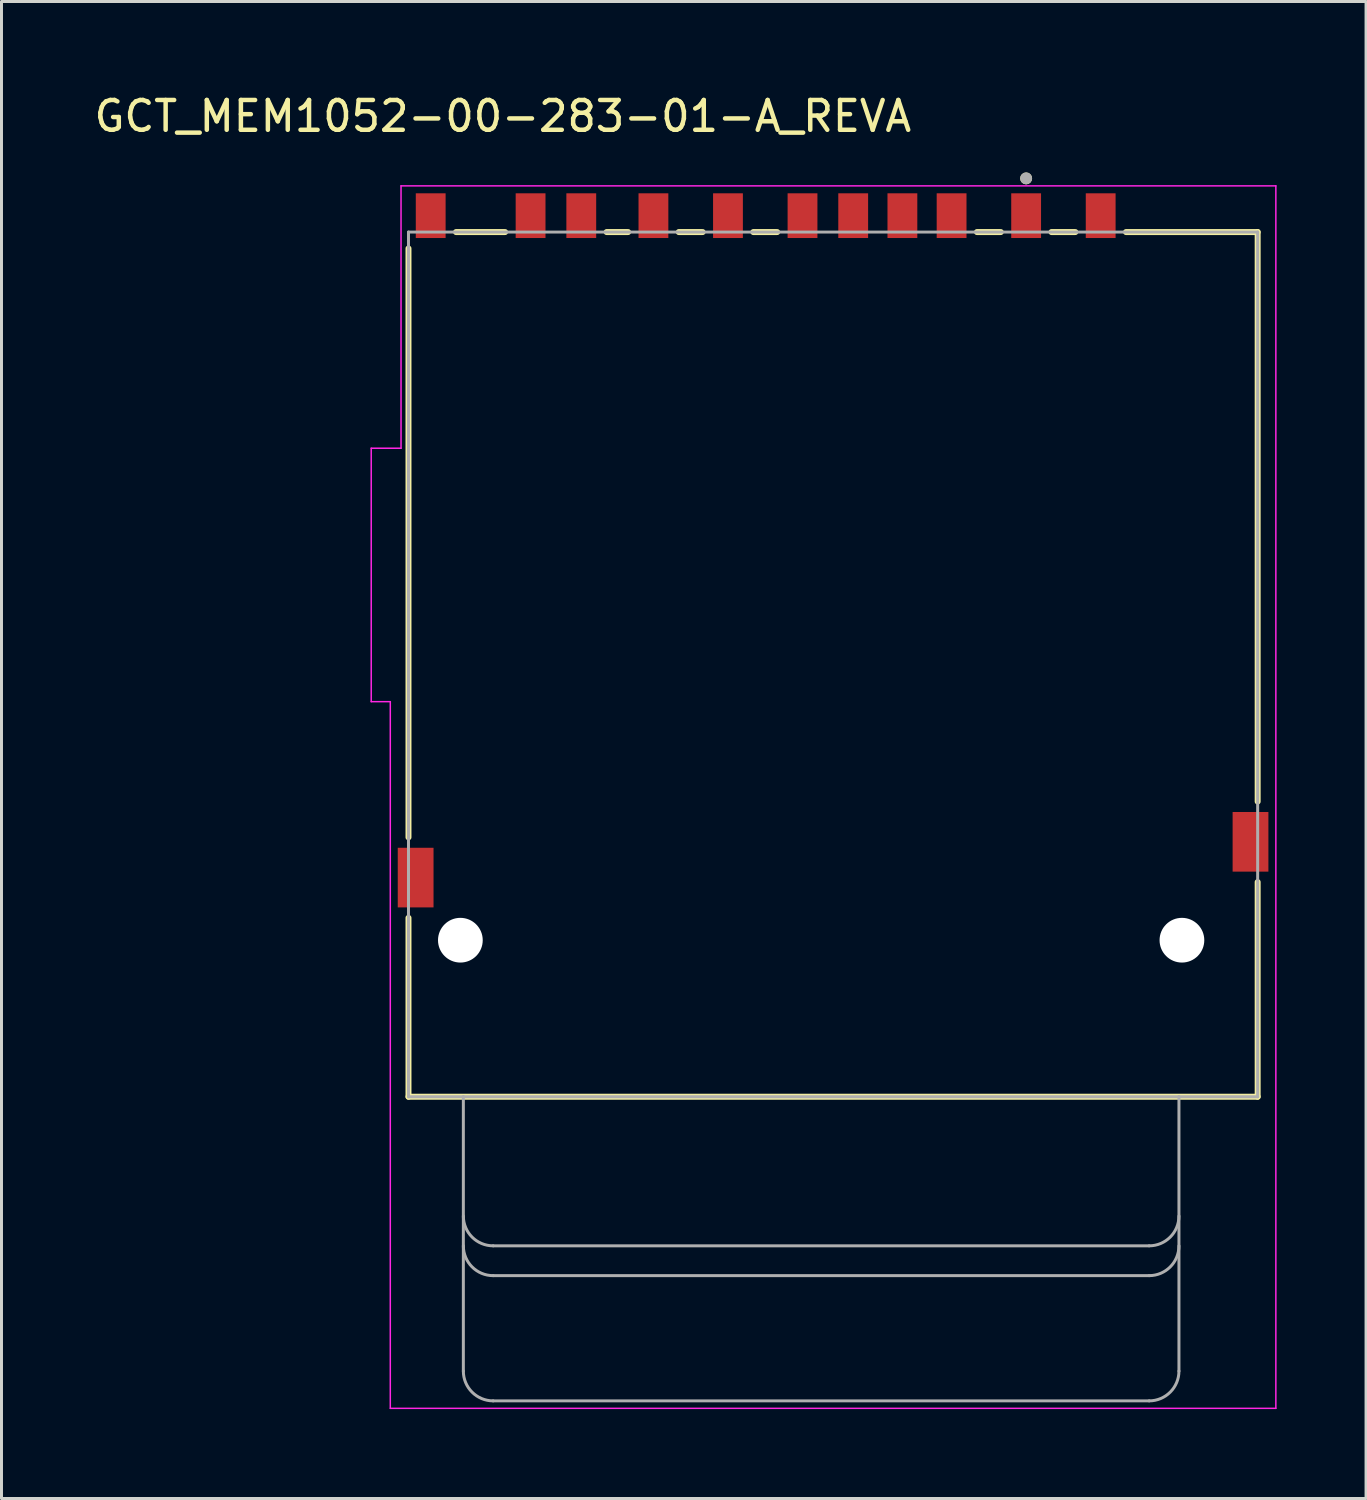
<source format=kicad_pcb>
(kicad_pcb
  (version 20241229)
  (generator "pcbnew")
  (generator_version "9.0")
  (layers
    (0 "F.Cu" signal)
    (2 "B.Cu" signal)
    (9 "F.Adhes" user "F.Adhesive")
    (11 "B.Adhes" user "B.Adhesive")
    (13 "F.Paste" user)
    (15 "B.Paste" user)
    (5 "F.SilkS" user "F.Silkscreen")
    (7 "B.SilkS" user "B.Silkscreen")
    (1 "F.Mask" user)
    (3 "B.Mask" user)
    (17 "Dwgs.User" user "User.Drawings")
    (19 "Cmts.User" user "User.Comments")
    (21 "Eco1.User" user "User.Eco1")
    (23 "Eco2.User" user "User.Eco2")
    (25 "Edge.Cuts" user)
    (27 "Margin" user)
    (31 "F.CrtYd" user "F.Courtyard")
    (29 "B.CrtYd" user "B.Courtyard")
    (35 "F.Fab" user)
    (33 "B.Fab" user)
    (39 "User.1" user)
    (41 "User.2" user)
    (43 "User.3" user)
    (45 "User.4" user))
  (footprint "GCT_MEM1052-00-283-01-A_REVA"
    (layer "F.Cu")
    (at 24.89 19.233)
    (property "Reference" "GCT_MEM1052-00-283-01-A_REVA" (at -11.075 -18.385 0) (layer "F.SilkS") (effects (font (size 1 1) (thickness 0.15))))
    (attr smd)
    (fp_line (start -14.24 5.8) (end -14.24 -13.95) (stroke (width 0.2) (type solid)) (layer "F.SilkS"))
    (fp_line (start -14.24 14.5) (end -14.24 8.5) (stroke (width 0.2) (type solid)) (layer "F.SilkS"))
    (fp_line (start -12.645 -14.5) (end -11 -14.5) (stroke (width 0.2) (type solid)) (layer "F.SilkS"))
    (fp_line (start -7.595 -14.5) (end -6.875 -14.5) (stroke (width 0.2) (type solid)) (layer "F.SilkS"))
    (fp_line (start -5.175 -14.5) (end -4.375 -14.5) (stroke (width 0.2) (type solid)) (layer "F.SilkS"))
    (fp_line (start -2.675 -14.5) (end -1.875 -14.5) (stroke (width 0.2) (type solid)) (layer "F.SilkS"))
    (fp_line (start 4.825 -14.5) (end 5.625 -14.5) (stroke (width 0.2) (type solid)) (layer "F.SilkS"))
    (fp_line (start 7.325 -14.5) (end 8.125 -14.5) (stroke (width 0.2) (type solid)) (layer "F.SilkS"))
    (fp_line (start 9.825 -14.5) (end 14.24 -14.5) (stroke (width 0.2) (type solid)) (layer "F.SilkS"))
    (fp_line (start 14.24 -14.5) (end 14.24 4.6) (stroke (width 0.2) (type solid)) (layer "F.SilkS"))
    (fp_line (start 14.24 7.3) (end 14.24 14.5) (stroke (width 0.2) (type solid)) (layer "F.SilkS"))
    (fp_line (start 14.24 14.5) (end -14.24 14.5) (stroke (width 0.2) (type solid)) (layer "F.SilkS"))
    (fp_circle (center 6.475 -16.3) (end 6.575 -16.3) (stroke (width 0.2) (type solid)) (fill no) (layer "F.SilkS"))
    (fp_line (start -15.49 -7.25) (end -14.49 -7.25) (stroke (width 0.05) (type solid)) (layer "F.CrtYd"))
    (fp_line (start -15.49 1.25) (end -15.49 -7.25) (stroke (width 0.05) (type solid)) (layer "F.CrtYd"))
    (fp_line (start -14.85 1.25) (end -15.49 1.25) (stroke (width 0.05) (type solid)) (layer "F.CrtYd"))
    (fp_line (start -14.85 24.95) (end -14.85 1.25) (stroke (width 0.05) (type solid)) (layer "F.CrtYd"))
    (fp_line (start -14.49 -16.05) (end 14.85 -16.05) (stroke (width 0.05) (type solid)) (layer "F.CrtYd"))
    (fp_line (start -14.49 -7.25) (end -14.49 -16.05) (stroke (width 0.05) (type solid)) (layer "F.CrtYd"))
    (fp_line (start 14.85 -16.05) (end 14.85 24.95) (stroke (width 0.05) (type solid)) (layer "F.CrtYd"))
    (fp_line (start 14.85 24.95) (end -14.85 24.95) (stroke (width 0.05) (type solid)) (layer "F.CrtYd"))
    (fp_line (start -14.24 -14.5) (end 14.24 -14.5) (stroke (width 0.1) (type solid)) (layer "F.Fab"))
    (fp_line (start -14.24 14.5) (end -14.24 -14.5) (stroke (width 0.1) (type solid)) (layer "F.Fab"))
    (fp_line (start -12.4 14.5) (end -14.24 14.5) (stroke (width 0.1) (type solid)) (layer "F.Fab"))
    (fp_line (start -12.4 14.5) (end -12.4 23.7) (stroke (width 0.1) (type solid)) (layer "F.Fab"))
    (fp_line (start -11.4 19.5) (end 10.6 19.5) (stroke (width 0.1) (type solid)) (layer "F.Fab"))
    (fp_line (start -11.4 20.5) (end 10.6 20.5) (stroke (width 0.1) (type solid)) (layer "F.Fab"))
    (fp_line (start -11.4 24.7) (end 10.6 24.7) (stroke (width 0.1) (type solid)) (layer "F.Fab"))
    (fp_line (start 11.6 14.5) (end -12.4 14.5) (stroke (width 0.1) (type solid)) (layer "F.Fab"))
    (fp_line (start 11.6 23.7) (end 11.6 14.5) (stroke (width 0.1) (type solid)) (layer "F.Fab"))
    (fp_line (start 14.24 -14.5) (end 14.24 14.5) (stroke (width 0.1) (type solid)) (layer "F.Fab"))
    (fp_line (start 14.24 14.5) (end 11.6 14.5) (stroke (width 0.1) (type solid)) (layer "F.Fab"))
    (fp_arc (start -11.4 19.5) (mid -12.107107 19.207107) (end -12.4 18.5) (stroke (width 0.1) (type solid)) (layer "F.Fab"))
    (fp_arc (start -11.4 20.5) (mid -12.107107 20.207107) (end -12.4 19.5) (stroke (width 0.1) (type solid)) (layer "F.Fab"))
    (fp_arc (start -11.4 24.7) (mid -12.107107 24.407107) (end -12.4 23.7) (stroke (width 0.1) (type solid)) (layer "F.Fab"))
    (fp_arc (start 11.6 18.5) (mid 11.307107 19.207107) (end 10.6 19.5) (stroke (width 0.1) (type solid)) (layer "F.Fab"))
    (fp_arc (start 11.6 19.5) (mid 11.307107 20.207107) (end 10.6 20.5) (stroke (width 0.1) (type solid)) (layer "F.Fab"))
    (fp_arc (start 11.6 23.7) (mid 11.307107 24.407107) (end 10.6 24.7) (stroke (width 0.1) (type solid)) (layer "F.Fab"))
    (fp_circle (center 6.475 -16.3) (end 6.575 -16.3) (stroke (width 0.2) (type solid)) (fill no) (layer "F.Fab"))
    (pad "" np_thru_hole circle (at -12.5 9.25) (size 1.5 1.5) (drill 1.5) (layers "*.Cu" "*.Mask"))
    (pad "" np_thru_hole circle (at 11.7 9.25) (size 1.5 1.5) (drill 1.5) (layers "*.Cu" "*.Mask"))
    (pad "CD" smd rect (at 2.325 -15.05) (size 1 1.5) (layers "F.Cu" "F.Mask" "F.Paste"))
    (pad "G1" smd rect (at -14 7.15) (size 1.2 2) (layers "F.Cu" "F.Mask" "F.Paste"))
    (pad "G2" smd rect (at 14 5.95) (size 1.2 2) (layers "F.Cu" "F.Mask" "F.Paste"))
    (pad "P1" smd rect (at 6.475 -15.05) (size 1 1.5) (layers "F.Cu" "F.Mask" "F.Paste"))
    (pad "P2" smd rect (at 3.975 -15.05) (size 1 1.5) (layers "F.Cu" "F.Mask" "F.Paste"))
    (pad "P3" smd rect (at 0.675 -15.05) (size 1 1.5) (layers "F.Cu" "F.Mask" "F.Paste"))
    (pad "P4" smd rect (at -1.025 -15.05) (size 1 1.5) (layers "F.Cu" "F.Mask" "F.Paste"))
    (pad "P5" smd rect (at -3.525 -15.05) (size 1 1.5) (layers "F.Cu" "F.Mask" "F.Paste"))
    (pad "P6" smd rect (at -6.025 -15.05) (size 1 1.5) (layers "F.Cu" "F.Mask" "F.Paste"))
    (pad "P7" smd rect (at -8.445 -15.05) (size 1 1.5) (layers "F.Cu" "F.Mask" "F.Paste"))
    (pad "P8" smd rect (at -10.145 -15.05) (size 1 1.5) (layers "F.Cu" "F.Mask" "F.Paste"))
    (pad "P9" smd rect (at 8.975 -15.05) (size 1 1.5) (layers "F.Cu" "F.Mask" "F.Paste"))
    (pad "WP" smd rect (at -13.495 -15.05) (size 1 1.5) (layers "F.Cu" "F.Mask" "F.Paste"))
    (zone (net_name "") (layer "F.Cu") (hatch full 0.508) (connect_pads) (min_thickness 0.01) (filled_areas_thickness no) (keepout (tracks not_allowed) (vias not_allowed) (pads not_allowed) (copperpour not_allowed) (footprints allowed)) (placement (enabled no)) (fill) (polygon (pts (xy 9.65 12.233) (xy 10.95 12.233) (xy 10.95 20.233) (xy 9.65 20.233))))
    (zone (net_name "") (layers "F.Cu" "B.Cu") (hatch full 0.508) (connect_pads) (min_thickness 0.01) (filled_areas_thickness no) (keepout (tracks allowed) (vias not_allowed) (pads allowed) (copperpour allowed) (footprints allowed)) (placement (enabled no)) (fill) (polygon (pts (xy 9.65 12.233) (xy 10.95 12.233) (xy 10.95 20.233) (xy 9.65 20.233)))))
  (gr_rect
    (start -3 -3)
    (end 42.765 47.208)
    (stroke (width 0.1) (type default))
    (fill no)
    (layer "Edge.Cuts")))
</source>
